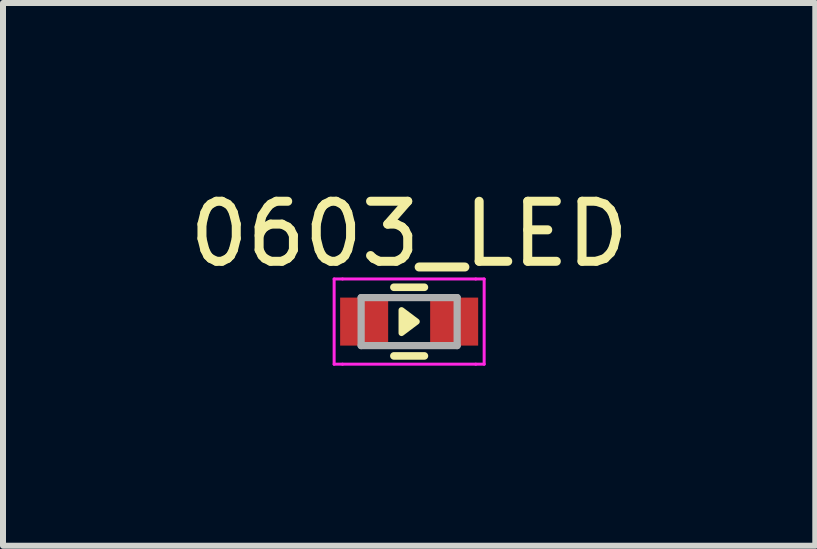
<source format=kicad_pcb>
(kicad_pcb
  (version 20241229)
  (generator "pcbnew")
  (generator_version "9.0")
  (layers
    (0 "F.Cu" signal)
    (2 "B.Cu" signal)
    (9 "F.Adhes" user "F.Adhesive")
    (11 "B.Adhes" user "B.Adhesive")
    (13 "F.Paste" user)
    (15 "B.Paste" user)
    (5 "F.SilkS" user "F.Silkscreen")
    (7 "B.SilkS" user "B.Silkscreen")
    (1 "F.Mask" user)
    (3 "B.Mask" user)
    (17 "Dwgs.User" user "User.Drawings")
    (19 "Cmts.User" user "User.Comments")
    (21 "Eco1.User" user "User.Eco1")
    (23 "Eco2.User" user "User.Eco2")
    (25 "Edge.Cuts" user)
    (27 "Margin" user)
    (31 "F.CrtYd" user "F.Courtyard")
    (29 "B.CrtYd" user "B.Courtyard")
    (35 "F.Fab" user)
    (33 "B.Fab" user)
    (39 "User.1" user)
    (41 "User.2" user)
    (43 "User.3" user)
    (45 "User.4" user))
  (footprint "0603_LED"
    (layer "F.Cu")
    (at 3.768 2.309)
    (property "Reference" "0603_LED" (at 0 -1.46 0) (layer "F.SilkS") (effects (font (size 1 1) (thickness 0.15))))
    (attr smd)
    (fp_line (start -0.254 -0.572) (end 0.254 -0.572) (stroke (width 0.127) (type solid)) (layer "F.SilkS"))
    (fp_line (start 0.254 0.572) (end -0.254 0.572) (stroke (width 0.127) (type solid)) (layer "F.SilkS"))
    (fp_poly (pts (xy 0.127 0) (xy -0.127 0.191) (xy -0.127 -0.191)) (stroke (width 0.1) (type solid)) (fill yes) (layer "F.SilkS"))
    (fp_line (start -1.25 0.71) (end -1.25 -0.71) (stroke (width 0.05) (type solid)) (layer "F.CrtYd"))
    (fp_line (start -1.11 -0.71) (end -1.25 -0.71) (stroke (width 0.05) (type solid)) (layer "F.CrtYd"))
    (fp_line (start -1.11 -0.71) (end 1.11 -0.71) (stroke (width 0.05) (type solid)) (layer "F.CrtYd"))
    (fp_line (start -1.11 0.71) (end -1.25 0.71) (stroke (width 0.05) (type solid)) (layer "F.CrtYd"))
    (fp_line (start 1.11 -0.71) (end 1.25 -0.71) (stroke (width 0.05) (type solid)) (layer "F.CrtYd"))
    (fp_line (start 1.11 0.71) (end -1.11 0.71) (stroke (width 0.05) (type solid)) (layer "F.CrtYd"))
    (fp_line (start 1.11 0.71) (end 1.25 0.71) (stroke (width 0.05) (type solid)) (layer "F.CrtYd"))
    (fp_line (start 1.25 -0.71) (end 1.25 0.71) (stroke (width 0.05) (type solid)) (layer "F.CrtYd"))
    (fp_line (start -0.8 -0.4) (end -0.8 0.4) (stroke (width 0.12) (type solid)) (layer "F.Fab"))
    (fp_line (start -0.8 0.4) (end 0.8 0.4) (stroke (width 0.12) (type solid)) (layer "F.Fab"))
    (fp_line (start 0.8 -0.4) (end -0.8 -0.4) (stroke (width 0.12) (type solid)) (layer "F.Fab"))
    (fp_line (start 0.8 0.4) (end 0.8 -0.4) (stroke (width 0.12) (type solid)) (layer "F.Fab"))
    (pad "1" smd rect (at -0.75 0) (size 0.8 0.8) (layers "F.Cu" "F.Mask" "F.Paste"))
    (pad "2" smd rect (at 0.75 0) (size 0.8 0.8) (layers "F.Cu" "F.Mask" "F.Paste")))
  (gr_rect
    (start -3 -3)
    (end 10.536 6.044)
    (stroke (width 0.1) (type default))
    (fill no)
    (layer "Edge.Cuts")))
</source>
